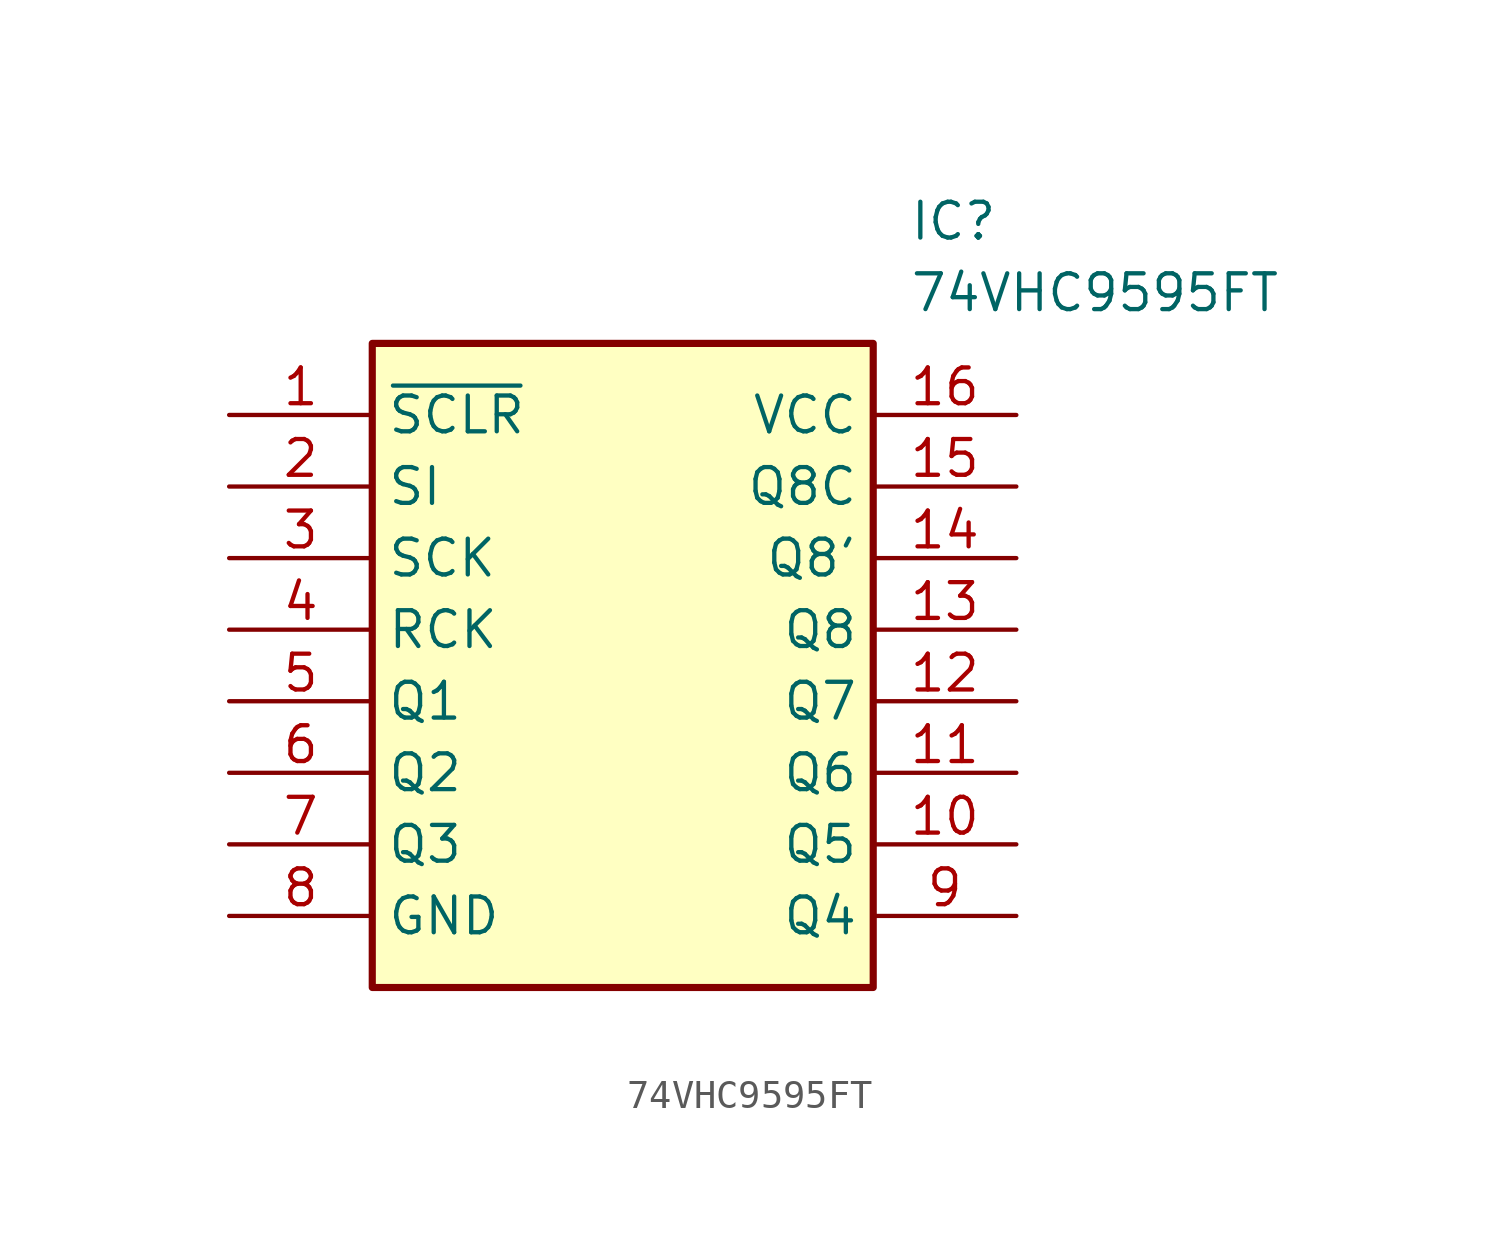
<source format=kicad_sym>
(kicad_symbol_lib
  (version 20211014)
  (generator SamacSys_ECAD_Model)
  (symbol "74VHC9595FT"
    (property "Reference" "IC"
      (at 24.13 7.62 0)
      (effects (font (size 1.27 1.27)) (justify left top)))
    (property "Value" "74VHC9595FT"
      (at 24.13 5.08 0)
      (effects (font (size 1.27 1.27)) (justify left top)))
    (rectangle
      (start 5.08 2.54)
      (end 22.86 -20.32)
      (stroke (width 0.254) (type default))
      (fill (type background)))
    (pin passive line
      (at 0 0 0)
      (length 5.08)
      (name "~{SCLR}" (effects (font (size 1.27 1.27))))
      (number "1" (effects (font (size 1.27 1.27)))))
    (pin passive line
      (at 0 -2.54 0)
      (length 5.08)
      (name "SI" (effects (font (size 1.27 1.27))))
      (number "2" (effects (font (size 1.27 1.27)))))
    (pin passive line
      (at 0 -5.08 0)
      (length 5.08)
      (name "SCK" (effects (font (size 1.27 1.27))))
      (number "3" (effects (font (size 1.27 1.27)))))
    (pin passive line
      (at 0 -7.62 0)
      (length 5.08)
      (name "RCK" (effects (font (size 1.27 1.27))))
      (number "4" (effects (font (size 1.27 1.27)))))
    (pin passive line
      (at 0 -10.16 0)
      (length 5.08)
      (name "Q1" (effects (font (size 1.27 1.27))))
      (number "5" (effects (font (size 1.27 1.27)))))
    (pin passive line
      (at 0 -12.7 0)
      (length 5.08)
      (name "Q2" (effects (font (size 1.27 1.27))))
      (number "6" (effects (font (size 1.27 1.27)))))
    (pin passive line
      (at 0 -15.24 0)
      (length 5.08)
      (name "Q3" (effects (font (size 1.27 1.27))))
      (number "7" (effects (font (size 1.27 1.27)))))
    (pin passive line
      (at 0 -17.78 0)
      (length 5.08)
      (name "GND" (effects (font (size 1.27 1.27))))
      (number "8" (effects (font (size 1.27 1.27)))))
    (pin passive line
      (at 27.94 0 180)
      (length 5.08)
      (name "VCC" (effects (font (size 1.27 1.27))))
      (number "16" (effects (font (size 1.27 1.27)))))
    (pin passive line
      (at 27.94 -2.54 180)
      (length 5.08)
      (name "Q8C" (effects (font (size 1.27 1.27))))
      (number "15" (effects (font (size 1.27 1.27)))))
    (pin passive line
      (at 27.94 -5.08 180)
      (length 5.08)
      (name "Q8'" (effects (font (size 1.27 1.27))))
      (number "14" (effects (font (size 1.27 1.27)))))
    (pin passive line
      (at 27.94 -7.62 180)
      (length 5.08)
      (name "Q8" (effects (font (size 1.27 1.27))))
      (number "13" (effects (font (size 1.27 1.27)))))
    (pin passive line
      (at 27.94 -10.16 180)
      (length 5.08)
      (name "Q7" (effects (font (size 1.27 1.27))))
      (number "12" (effects (font (size 1.27 1.27)))))
    (pin passive line
      (at 27.94 -12.7 180)
      (length 5.08)
      (name "Q6" (effects (font (size 1.27 1.27))))
      (number "11" (effects (font (size 1.27 1.27)))))
    (pin passive line
      (at 27.94 -15.24 180)
      (length 5.08)
      (name "Q5" (effects (font (size 1.27 1.27))))
      (number "10" (effects (font (size 1.27 1.27)))))
    (pin passive line
      (at 27.94 -17.78 180)
      (length 5.08)
      (name "Q4" (effects (font (size 1.27 1.27))))
      (number "9" (effects (font (size 1.27 1.27)))))))
</source>
